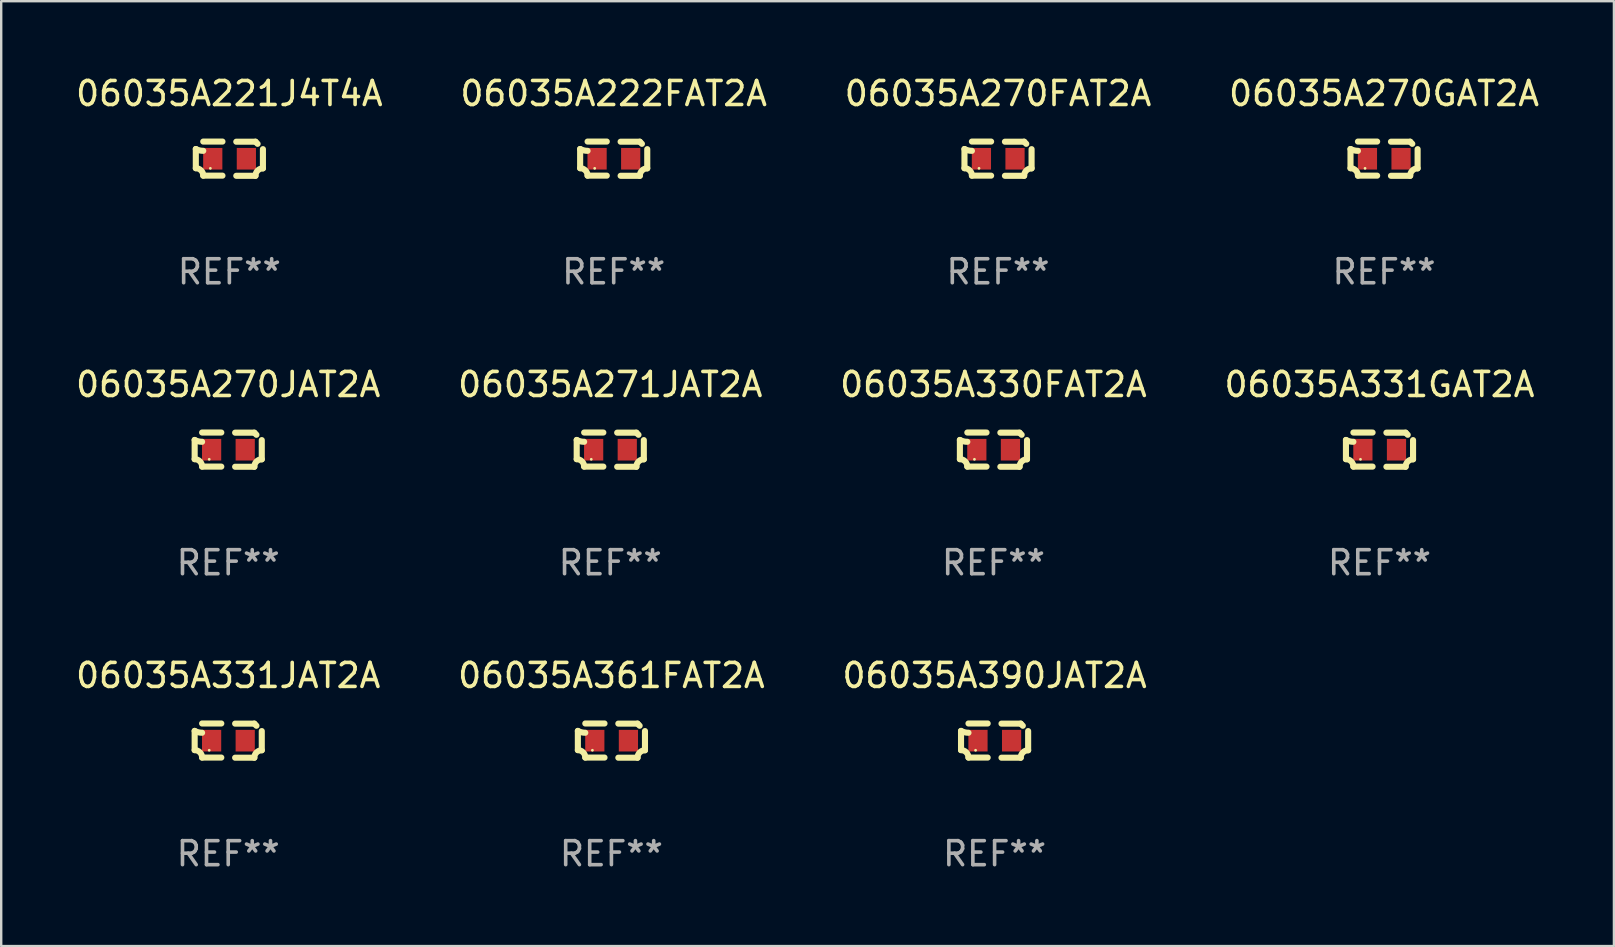
<source format=kicad_pcb>
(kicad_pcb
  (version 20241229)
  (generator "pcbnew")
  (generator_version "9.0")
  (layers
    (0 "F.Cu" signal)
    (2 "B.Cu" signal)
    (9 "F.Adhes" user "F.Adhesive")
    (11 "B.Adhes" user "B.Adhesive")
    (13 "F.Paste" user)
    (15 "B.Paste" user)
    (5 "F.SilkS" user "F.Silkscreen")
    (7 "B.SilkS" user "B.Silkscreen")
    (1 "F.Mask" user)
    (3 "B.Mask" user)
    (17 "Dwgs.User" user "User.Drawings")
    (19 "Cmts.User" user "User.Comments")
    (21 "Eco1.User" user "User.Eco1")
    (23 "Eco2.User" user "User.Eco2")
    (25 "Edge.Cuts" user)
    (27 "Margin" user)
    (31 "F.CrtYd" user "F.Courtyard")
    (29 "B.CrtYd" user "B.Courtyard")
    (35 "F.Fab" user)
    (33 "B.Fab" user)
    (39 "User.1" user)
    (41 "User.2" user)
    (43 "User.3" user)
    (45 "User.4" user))
  (footprint "06035A271JAT2A"
    (layer "F.Cu")
    (at 22.375 15.683)
    (property "Reference" "06035A271JAT2A" (at 0 -2.713 0) (layer "F.SilkS") (effects (font (size 1 1) (thickness 0.15))))
    (attr through_hole)
    (fp_line (start -1.398 -0.403) (end -1.398 0.397) (stroke (width 0.254) (type solid)) (layer "F.SilkS"))
    (fp_line (start -0.288 -0.713) (end -1.088 -0.713) (stroke (width 0.254) (type solid)) (layer "F.SilkS"))
    (fp_line (start -0.288 0.707) (end -1.088 0.707) (stroke (width 0.254) (type solid)) (layer "F.SilkS"))
    (fp_line (start 0.288 -0.707) (end 1.088 -0.707) (stroke (width 0.254) (type solid)) (layer "F.SilkS"))
    (fp_line (start 0.288 0.713) (end 1.088 0.713) (stroke (width 0.254) (type solid)) (layer "F.SilkS"))
    (fp_line (start 1.398 -0.397) (end 1.398 0.403) (stroke (width 0.254) (type solid)) (layer "F.SilkS"))
    (fp_arc (start -1.397789 0.397066) (mid -1.178701 0.487826) (end -1.08796 0.706922) (stroke (width 0.254001) (type solid)) (layer "F.SilkS"))
    (fp_arc (start -1.08796 -0.327176) (mid -1.247436 -0.346384) (end -1.39779 -0.402908) (stroke (width 0.254001) (type solid)) (layer "F.SilkS"))
    (fp_arc (start 1.087909 0.712738) (mid 1.178656 0.493655) (end 1.397739 0.402908) (stroke (width 0.254001) (type solid)) (layer "F.SilkS"))
    (fp_arc (start 1.175925 -0.618926) (mid 1.131917 -0.662923) (end 1.08791 -0.706922) (stroke (width 0.254001) (type solid)) (layer "F.SilkS"))
    (fp_circle (center -0.792 0.403) (end -0.762 0.403) (stroke (width 0.06) (type solid)) (fill no) (layer "F.SilkS"))
    (fp_text user "REF**" (at 0 4.713 0) (layer "F.Fab") (effects (font (size 1 1) (thickness 0.15))))
    (pad "1" smd rect (at -0.692 0.003) (size 0.8 0.9) (layers "F.Cu" "F.Mask" "F.Paste"))
    (pad "2" smd rect (at 0.708 0.003) (size 0.8 0.9) (layers "F.Cu" "F.Mask" "F.Paste")))
  (footprint "06035A390JAT2A"
    (layer "F.Cu")
    (at 38.387 27.805)
    (property "Reference" "06035A390JAT2A" (at 0 -2.713 0) (layer "F.SilkS") (effects (font (size 1 1) (thickness 0.15))))
    (attr through_hole)
    (fp_line (start -1.398 -0.403) (end -1.398 0.397) (stroke (width 0.254) (type solid)) (layer "F.SilkS"))
    (fp_line (start -0.288 -0.713) (end -1.088 -0.713) (stroke (width 0.254) (type solid)) (layer "F.SilkS"))
    (fp_line (start -0.288 0.707) (end -1.088 0.707) (stroke (width 0.254) (type solid)) (layer "F.SilkS"))
    (fp_line (start 0.288 -0.707) (end 1.088 -0.707) (stroke (width 0.254) (type solid)) (layer "F.SilkS"))
    (fp_line (start 0.288 0.713) (end 1.088 0.713) (stroke (width 0.254) (type solid)) (layer "F.SilkS"))
    (fp_line (start 1.398 -0.397) (end 1.398 0.403) (stroke (width 0.254) (type solid)) (layer "F.SilkS"))
    (fp_arc (start -1.397789 0.397066) (mid -1.178701 0.487826) (end -1.08796 0.706922) (stroke (width 0.254001) (type solid)) (layer "F.SilkS"))
    (fp_arc (start -1.08796 -0.327176) (mid -1.247436 -0.346384) (end -1.39779 -0.402908) (stroke (width 0.254001) (type solid)) (layer "F.SilkS"))
    (fp_arc (start 1.087909 0.712738) (mid 1.178656 0.493655) (end 1.397739 0.402908) (stroke (width 0.254001) (type solid)) (layer "F.SilkS"))
    (fp_arc (start 1.175925 -0.618926) (mid 1.131917 -0.662923) (end 1.08791 -0.706922) (stroke (width 0.254001) (type solid)) (layer "F.SilkS"))
    (fp_circle (center -0.792 0.403) (end -0.762 0.403) (stroke (width 0.06) (type solid)) (fill no) (layer "F.SilkS"))
    (fp_text user "REF**" (at 0 4.713 0) (layer "F.Fab") (effects (font (size 1 1) (thickness 0.15))))
    (pad "1" smd rect (at -0.692 0.003) (size 0.8 0.9) (layers "F.Cu" "F.Mask" "F.Paste"))
    (pad "2" smd rect (at 0.708 0.003) (size 0.8 0.9) (layers "F.Cu" "F.Mask" "F.Paste")))
  (footprint "06035A331JAT2A"
    (layer "F.Cu")
    (at 6.458 27.805)
    (property "Reference" "06035A331JAT2A" (at 0 -2.713 0) (layer "F.SilkS") (effects (font (size 1 1) (thickness 0.15))))
    (attr through_hole)
    (fp_line (start -1.398 -0.403) (end -1.398 0.397) (stroke (width 0.254) (type solid)) (layer "F.SilkS"))
    (fp_line (start -0.288 -0.713) (end -1.088 -0.713) (stroke (width 0.254) (type solid)) (layer "F.SilkS"))
    (fp_line (start -0.288 0.707) (end -1.088 0.707) (stroke (width 0.254) (type solid)) (layer "F.SilkS"))
    (fp_line (start 0.288 -0.707) (end 1.088 -0.707) (stroke (width 0.254) (type solid)) (layer "F.SilkS"))
    (fp_line (start 0.288 0.713) (end 1.088 0.713) (stroke (width 0.254) (type solid)) (layer "F.SilkS"))
    (fp_line (start 1.398 -0.397) (end 1.398 0.403) (stroke (width 0.254) (type solid)) (layer "F.SilkS"))
    (fp_arc (start -1.397789 0.397066) (mid -1.178701 0.487826) (end -1.08796 0.706922) (stroke (width 0.254001) (type solid)) (layer "F.SilkS"))
    (fp_arc (start -1.08796 -0.327176) (mid -1.247436 -0.346384) (end -1.39779 -0.402908) (stroke (width 0.254001) (type solid)) (layer "F.SilkS"))
    (fp_arc (start 1.087909 0.712738) (mid 1.178656 0.493655) (end 1.397739 0.402908) (stroke (width 0.254001) (type solid)) (layer "F.SilkS"))
    (fp_arc (start 1.175925 -0.618926) (mid 1.131917 -0.662923) (end 1.08791 -0.706922) (stroke (width 0.254001) (type solid)) (layer "F.SilkS"))
    (fp_circle (center -0.792 0.403) (end -0.762 0.403) (stroke (width 0.06) (type solid)) (fill no) (layer "F.SilkS"))
    (fp_text user "REF**" (at 0 4.713 0) (layer "F.Fab") (effects (font (size 1 1) (thickness 0.15))))
    (pad "1" smd rect (at -0.692 0.003) (size 0.8 0.9) (layers "F.Cu" "F.Mask" "F.Paste"))
    (pad "2" smd rect (at 0.708 0.003) (size 0.8 0.9) (layers "F.Cu" "F.Mask" "F.Paste")))
  (footprint "06035A221J4T4A"
    (layer "F.Cu")
    (at 6.506 3.561)
    (property "Reference" "06035A221J4T4A" (at 0 -2.713 0) (layer "F.SilkS") (effects (font (size 1 1) (thickness 0.15))))
    (attr through_hole)
    (fp_line (start -1.398 -0.403) (end -1.398 0.397) (stroke (width 0.254) (type solid)) (layer "F.SilkS"))
    (fp_line (start -0.288 -0.713) (end -1.088 -0.713) (stroke (width 0.254) (type solid)) (layer "F.SilkS"))
    (fp_line (start -0.288 0.707) (end -1.088 0.707) (stroke (width 0.254) (type solid)) (layer "F.SilkS"))
    (fp_line (start 0.288 -0.707) (end 1.088 -0.707) (stroke (width 0.254) (type solid)) (layer "F.SilkS"))
    (fp_line (start 0.288 0.713) (end 1.088 0.713) (stroke (width 0.254) (type solid)) (layer "F.SilkS"))
    (fp_line (start 1.398 -0.397) (end 1.398 0.403) (stroke (width 0.254) (type solid)) (layer "F.SilkS"))
    (fp_arc (start -1.397789 0.397066) (mid -1.178701 0.487826) (end -1.08796 0.706922) (stroke (width 0.254001) (type solid)) (layer "F.SilkS"))
    (fp_arc (start -1.08796 -0.327176) (mid -1.247436 -0.346384) (end -1.39779 -0.402908) (stroke (width 0.254001) (type solid)) (layer "F.SilkS"))
    (fp_arc (start 1.087909 0.712738) (mid 1.178656 0.493655) (end 1.397739 0.402908) (stroke (width 0.254001) (type solid)) (layer "F.SilkS"))
    (fp_arc (start 1.175925 -0.618926) (mid 1.131917 -0.662923) (end 1.08791 -0.706922) (stroke (width 0.254001) (type solid)) (layer "F.SilkS"))
    (fp_circle (center -0.792 0.403) (end -0.762 0.403) (stroke (width 0.06) (type solid)) (fill no) (layer "F.SilkS"))
    (fp_text user "REF**" (at 0 4.713 0) (layer "F.Fab") (effects (font (size 1 1) (thickness 0.15))))
    (pad "1" smd rect (at -0.692 0.003) (size 0.8 0.9) (layers "F.Cu" "F.Mask" "F.Paste"))
    (pad "2" smd rect (at 0.708 0.003) (size 0.8 0.9) (layers "F.Cu" "F.Mask" "F.Paste")))
  (footprint "06035A331GAT2A"
    (layer "F.Cu")
    (at 54.423 15.683)
    (property "Reference" "06035A331GAT2A" (at 0 -2.713 0) (layer "F.SilkS") (effects (font (size 1 1) (thickness 0.15))))
    (attr through_hole)
    (fp_line (start -1.398 -0.403) (end -1.398 0.397) (stroke (width 0.254) (type solid)) (layer "F.SilkS"))
    (fp_line (start -0.288 -0.713) (end -1.088 -0.713) (stroke (width 0.254) (type solid)) (layer "F.SilkS"))
    (fp_line (start -0.288 0.707) (end -1.088 0.707) (stroke (width 0.254) (type solid)) (layer "F.SilkS"))
    (fp_line (start 0.288 -0.707) (end 1.088 -0.707) (stroke (width 0.254) (type solid)) (layer "F.SilkS"))
    (fp_line (start 0.288 0.713) (end 1.088 0.713) (stroke (width 0.254) (type solid)) (layer "F.SilkS"))
    (fp_line (start 1.398 -0.397) (end 1.398 0.403) (stroke (width 0.254) (type solid)) (layer "F.SilkS"))
    (fp_arc (start -1.397789 0.397066) (mid -1.178701 0.487826) (end -1.08796 0.706922) (stroke (width 0.254001) (type solid)) (layer "F.SilkS"))
    (fp_arc (start -1.08796 -0.327176) (mid -1.247436 -0.346384) (end -1.39779 -0.402908) (stroke (width 0.254001) (type solid)) (layer "F.SilkS"))
    (fp_arc (start 1.087909 0.712738) (mid 1.178656 0.493655) (end 1.397739 0.402908) (stroke (width 0.254001) (type solid)) (layer "F.SilkS"))
    (fp_arc (start 1.175925 -0.618926) (mid 1.131917 -0.662923) (end 1.08791 -0.706922) (stroke (width 0.254001) (type solid)) (layer "F.SilkS"))
    (fp_circle (center -0.792 0.403) (end -0.762 0.403) (stroke (width 0.06) (type solid)) (fill no) (layer "F.SilkS"))
    (fp_text user "REF**" (at 0 4.713 0) (layer "F.Fab") (effects (font (size 1 1) (thickness 0.15))))
    (pad "1" smd rect (at -0.692 0.003) (size 0.8 0.9) (layers "F.Cu" "F.Mask" "F.Paste"))
    (pad "2" smd rect (at 0.708 0.003) (size 0.8 0.9) (layers "F.Cu" "F.Mask" "F.Paste")))
  (footprint "06035A361FAT2A"
    (layer "F.Cu")
    (at 22.423 27.805)
    (property "Reference" "06035A361FAT2A" (at 0 -2.713 0) (layer "F.SilkS") (effects (font (size 1 1) (thickness 0.15))))
    (attr through_hole)
    (fp_line (start -1.398 -0.403) (end -1.398 0.397) (stroke (width 0.254) (type solid)) (layer "F.SilkS"))
    (fp_line (start -0.288 -0.713) (end -1.088 -0.713) (stroke (width 0.254) (type solid)) (layer "F.SilkS"))
    (fp_line (start -0.288 0.707) (end -1.088 0.707) (stroke (width 0.254) (type solid)) (layer "F.SilkS"))
    (fp_line (start 0.288 -0.707) (end 1.088 -0.707) (stroke (width 0.254) (type solid)) (layer "F.SilkS"))
    (fp_line (start 0.288 0.713) (end 1.088 0.713) (stroke (width 0.254) (type solid)) (layer "F.SilkS"))
    (fp_line (start 1.398 -0.397) (end 1.398 0.403) (stroke (width 0.254) (type solid)) (layer "F.SilkS"))
    (fp_arc (start -1.397789 0.397066) (mid -1.178701 0.487826) (end -1.08796 0.706922) (stroke (width 0.254001) (type solid)) (layer "F.SilkS"))
    (fp_arc (start -1.08796 -0.327176) (mid -1.247436 -0.346384) (end -1.39779 -0.402908) (stroke (width 0.254001) (type solid)) (layer "F.SilkS"))
    (fp_arc (start 1.087909 0.712738) (mid 1.178656 0.493655) (end 1.397739 0.402908) (stroke (width 0.254001) (type solid)) (layer "F.SilkS"))
    (fp_arc (start 1.175925 -0.618926) (mid 1.131917 -0.662923) (end 1.08791 -0.706922) (stroke (width 0.254001) (type solid)) (layer "F.SilkS"))
    (fp_circle (center -0.792 0.403) (end -0.762 0.403) (stroke (width 0.06) (type solid)) (fill no) (layer "F.SilkS"))
    (fp_text user "REF**" (at 0 4.713 0) (layer "F.Fab") (effects (font (size 1 1) (thickness 0.15))))
    (pad "1" smd rect (at -0.692 0.003) (size 0.8 0.9) (layers "F.Cu" "F.Mask" "F.Paste"))
    (pad "2" smd rect (at 0.708 0.003) (size 0.8 0.9) (layers "F.Cu" "F.Mask" "F.Paste")))
  (footprint "06035A222FAT2A"
    (layer "F.Cu")
    (at 22.518 3.561)
    (property "Reference" "06035A222FAT2A" (at 0 -2.713 0) (layer "F.SilkS") (effects (font (size 1 1) (thickness 0.15))))
    (attr through_hole)
    (fp_line (start -1.398 -0.403) (end -1.398 0.397) (stroke (width 0.254) (type solid)) (layer "F.SilkS"))
    (fp_line (start -0.288 -0.713) (end -1.088 -0.713) (stroke (width 0.254) (type solid)) (layer "F.SilkS"))
    (fp_line (start -0.288 0.707) (end -1.088 0.707) (stroke (width 0.254) (type solid)) (layer "F.SilkS"))
    (fp_line (start 0.288 -0.707) (end 1.088 -0.707) (stroke (width 0.254) (type solid)) (layer "F.SilkS"))
    (fp_line (start 0.288 0.713) (end 1.088 0.713) (stroke (width 0.254) (type solid)) (layer "F.SilkS"))
    (fp_line (start 1.398 -0.397) (end 1.398 0.403) (stroke (width 0.254) (type solid)) (layer "F.SilkS"))
    (fp_arc (start -1.397789 0.397066) (mid -1.178701 0.487826) (end -1.08796 0.706922) (stroke (width 0.254001) (type solid)) (layer "F.SilkS"))
    (fp_arc (start -1.08796 -0.327176) (mid -1.247436 -0.346384) (end -1.39779 -0.402908) (stroke (width 0.254001) (type solid)) (layer "F.SilkS"))
    (fp_arc (start 1.087909 0.712738) (mid 1.178656 0.493655) (end 1.397739 0.402908) (stroke (width 0.254001) (type solid)) (layer "F.SilkS"))
    (fp_arc (start 1.175925 -0.618926) (mid 1.131917 -0.662923) (end 1.08791 -0.706922) (stroke (width 0.254001) (type solid)) (layer "F.SilkS"))
    (fp_circle (center -0.792 0.403) (end -0.762 0.403) (stroke (width 0.06) (type solid)) (fill no) (layer "F.SilkS"))
    (fp_text user "REF**" (at 0 4.713 0) (layer "F.Fab") (effects (font (size 1 1) (thickness 0.15))))
    (pad "1" smd rect (at -0.692 0.003) (size 0.8 0.9) (layers "F.Cu" "F.Mask" "F.Paste"))
    (pad "2" smd rect (at 0.708 0.003) (size 0.8 0.9) (layers "F.Cu" "F.Mask" "F.Paste")))
  (footprint "06035A270FAT2A"
    (layer "F.Cu")
    (at 38.53 3.561)
    (property "Reference" "06035A270FAT2A" (at 0 -2.713 0) (layer "F.SilkS") (effects (font (size 1 1) (thickness 0.15))))
    (attr through_hole)
    (fp_line (start -1.398 -0.403) (end -1.398 0.397) (stroke (width 0.254) (type solid)) (layer "F.SilkS"))
    (fp_line (start -0.288 -0.713) (end -1.088 -0.713) (stroke (width 0.254) (type solid)) (layer "F.SilkS"))
    (fp_line (start -0.288 0.707) (end -1.088 0.707) (stroke (width 0.254) (type solid)) (layer "F.SilkS"))
    (fp_line (start 0.288 -0.707) (end 1.088 -0.707) (stroke (width 0.254) (type solid)) (layer "F.SilkS"))
    (fp_line (start 0.288 0.713) (end 1.088 0.713) (stroke (width 0.254) (type solid)) (layer "F.SilkS"))
    (fp_line (start 1.398 -0.397) (end 1.398 0.403) (stroke (width 0.254) (type solid)) (layer "F.SilkS"))
    (fp_arc (start -1.397789 0.397066) (mid -1.178701 0.487826) (end -1.08796 0.706922) (stroke (width 0.254001) (type solid)) (layer "F.SilkS"))
    (fp_arc (start -1.08796 -0.327176) (mid -1.247436 -0.346384) (end -1.39779 -0.402908) (stroke (width 0.254001) (type solid)) (layer "F.SilkS"))
    (fp_arc (start 1.087909 0.712738) (mid 1.178656 0.493655) (end 1.397739 0.402908) (stroke (width 0.254001) (type solid)) (layer "F.SilkS"))
    (fp_arc (start 1.175925 -0.618926) (mid 1.131917 -0.662923) (end 1.08791 -0.706922) (stroke (width 0.254001) (type solid)) (layer "F.SilkS"))
    (fp_circle (center -0.792 0.403) (end -0.762 0.403) (stroke (width 0.06) (type solid)) (fill no) (layer "F.SilkS"))
    (fp_text user "REF**" (at 0 4.713 0) (layer "F.Fab") (effects (font (size 1 1) (thickness 0.15))))
    (pad "1" smd rect (at -0.692 0.003) (size 0.8 0.9) (layers "F.Cu" "F.Mask" "F.Paste"))
    (pad "2" smd rect (at 0.708 0.003) (size 0.8 0.9) (layers "F.Cu" "F.Mask" "F.Paste")))
  (footprint "06035A270GAT2A"
    (layer "F.Cu")
    (at 54.613 3.561)
    (property "Reference" "06035A270GAT2A" (at 0 -2.713 0) (layer "F.SilkS") (effects (font (size 1 1) (thickness 0.15))))
    (attr through_hole)
    (fp_line (start -1.398 -0.403) (end -1.398 0.397) (stroke (width 0.254) (type solid)) (layer "F.SilkS"))
    (fp_line (start -0.288 -0.713) (end -1.088 -0.713) (stroke (width 0.254) (type solid)) (layer "F.SilkS"))
    (fp_line (start -0.288 0.707) (end -1.088 0.707) (stroke (width 0.254) (type solid)) (layer "F.SilkS"))
    (fp_line (start 0.288 -0.707) (end 1.088 -0.707) (stroke (width 0.254) (type solid)) (layer "F.SilkS"))
    (fp_line (start 0.288 0.713) (end 1.088 0.713) (stroke (width 0.254) (type solid)) (layer "F.SilkS"))
    (fp_line (start 1.398 -0.397) (end 1.398 0.403) (stroke (width 0.254) (type solid)) (layer "F.SilkS"))
    (fp_arc (start -1.397789 0.397066) (mid -1.178701 0.487826) (end -1.08796 0.706922) (stroke (width 0.254001) (type solid)) (layer "F.SilkS"))
    (fp_arc (start -1.08796 -0.327176) (mid -1.247436 -0.346384) (end -1.39779 -0.402908) (stroke (width 0.254001) (type solid)) (layer "F.SilkS"))
    (fp_arc (start 1.087909 0.712738) (mid 1.178656 0.493655) (end 1.397739 0.402908) (stroke (width 0.254001) (type solid)) (layer "F.SilkS"))
    (fp_arc (start 1.175925 -0.618926) (mid 1.131917 -0.662923) (end 1.08791 -0.706922) (stroke (width 0.254001) (type solid)) (layer "F.SilkS"))
    (fp_circle (center -0.792 0.403) (end -0.762 0.403) (stroke (width 0.06) (type solid)) (fill no) (layer "F.SilkS"))
    (fp_text user "REF**" (at 0 4.713 0) (layer "F.Fab") (effects (font (size 1 1) (thickness 0.15))))
    (pad "1" smd rect (at -0.692 0.003) (size 0.8 0.9) (layers "F.Cu" "F.Mask" "F.Paste"))
    (pad "2" smd rect (at 0.708 0.003) (size 0.8 0.9) (layers "F.Cu" "F.Mask" "F.Paste")))
  (footprint "06035A270JAT2A"
    (layer "F.Cu")
    (at 6.458 15.683)
    (property "Reference" "06035A270JAT2A" (at 0 -2.713 0) (layer "F.SilkS") (effects (font (size 1 1) (thickness 0.15))))
    (attr through_hole)
    (fp_line (start -1.398 -0.403) (end -1.398 0.397) (stroke (width 0.254) (type solid)) (layer "F.SilkS"))
    (fp_line (start -0.288 -0.713) (end -1.088 -0.713) (stroke (width 0.254) (type solid)) (layer "F.SilkS"))
    (fp_line (start -0.288 0.707) (end -1.088 0.707) (stroke (width 0.254) (type solid)) (layer "F.SilkS"))
    (fp_line (start 0.288 -0.707) (end 1.088 -0.707) (stroke (width 0.254) (type solid)) (layer "F.SilkS"))
    (fp_line (start 0.288 0.713) (end 1.088 0.713) (stroke (width 0.254) (type solid)) (layer "F.SilkS"))
    (fp_line (start 1.398 -0.397) (end 1.398 0.403) (stroke (width 0.254) (type solid)) (layer "F.SilkS"))
    (fp_arc (start -1.397789 0.397066) (mid -1.178701 0.487826) (end -1.08796 0.706922) (stroke (width 0.254001) (type solid)) (layer "F.SilkS"))
    (fp_arc (start -1.08796 -0.327176) (mid -1.247436 -0.346384) (end -1.39779 -0.402908) (stroke (width 0.254001) (type solid)) (layer "F.SilkS"))
    (fp_arc (start 1.087909 0.712738) (mid 1.178656 0.493655) (end 1.397739 0.402908) (stroke (width 0.254001) (type solid)) (layer "F.SilkS"))
    (fp_arc (start 1.175925 -0.618926) (mid 1.131917 -0.662923) (end 1.08791 -0.706922) (stroke (width 0.254001) (type solid)) (layer "F.SilkS"))
    (fp_circle (center -0.792 0.403) (end -0.762 0.403) (stroke (width 0.06) (type solid)) (fill no) (layer "F.SilkS"))
    (fp_text user "REF**" (at 0 4.713 0) (layer "F.Fab") (effects (font (size 1 1) (thickness 0.15))))
    (pad "1" smd rect (at -0.692 0.003) (size 0.8 0.9) (layers "F.Cu" "F.Mask" "F.Paste"))
    (pad "2" smd rect (at 0.708 0.003) (size 0.8 0.9) (layers "F.Cu" "F.Mask" "F.Paste")))
  (footprint "06035A330FAT2A"
    (layer "F.Cu")
    (at 38.339 15.683)
    (property "Reference" "06035A330FAT2A" (at 0 -2.713 0) (layer "F.SilkS") (effects (font (size 1 1) (thickness 0.15))))
    (attr through_hole)
    (fp_line (start -1.398 -0.403) (end -1.398 0.397) (stroke (width 0.254) (type solid)) (layer "F.SilkS"))
    (fp_line (start -0.288 -0.713) (end -1.088 -0.713) (stroke (width 0.254) (type solid)) (layer "F.SilkS"))
    (fp_line (start -0.288 0.707) (end -1.088 0.707) (stroke (width 0.254) (type solid)) (layer "F.SilkS"))
    (fp_line (start 0.288 -0.707) (end 1.088 -0.707) (stroke (width 0.254) (type solid)) (layer "F.SilkS"))
    (fp_line (start 0.288 0.713) (end 1.088 0.713) (stroke (width 0.254) (type solid)) (layer "F.SilkS"))
    (fp_line (start 1.398 -0.397) (end 1.398 0.403) (stroke (width 0.254) (type solid)) (layer "F.SilkS"))
    (fp_arc (start -1.397789 0.397066) (mid -1.178701 0.487826) (end -1.08796 0.706922) (stroke (width 0.254001) (type solid)) (layer "F.SilkS"))
    (fp_arc (start -1.08796 -0.327176) (mid -1.247436 -0.346384) (end -1.39779 -0.402908) (stroke (width 0.254001) (type solid)) (layer "F.SilkS"))
    (fp_arc (start 1.087909 0.712738) (mid 1.178656 0.493655) (end 1.397739 0.402908) (stroke (width 0.254001) (type solid)) (layer "F.SilkS"))
    (fp_arc (start 1.175925 -0.618926) (mid 1.131917 -0.662923) (end 1.08791 -0.706922) (stroke (width 0.254001) (type solid)) (layer "F.SilkS"))
    (fp_circle (center -0.792 0.403) (end -0.762 0.403) (stroke (width 0.06) (type solid)) (fill no) (layer "F.SilkS"))
    (fp_text user "REF**" (at 0 4.713 0) (layer "F.Fab") (effects (font (size 1 1) (thickness 0.15))))
    (pad "1" smd rect (at -0.692 0.003) (size 0.8 0.9) (layers "F.Cu" "F.Mask" "F.Paste"))
    (pad "2" smd rect (at 0.708 0.003) (size 0.8 0.9) (layers "F.Cu" "F.Mask" "F.Paste")))
  (gr_rect
    (start -3 -3)
    (end 64.19 36.366)
    (stroke (width 0.1) (type default))
    (fill no)
    (layer "Edge.Cuts")))
</source>
